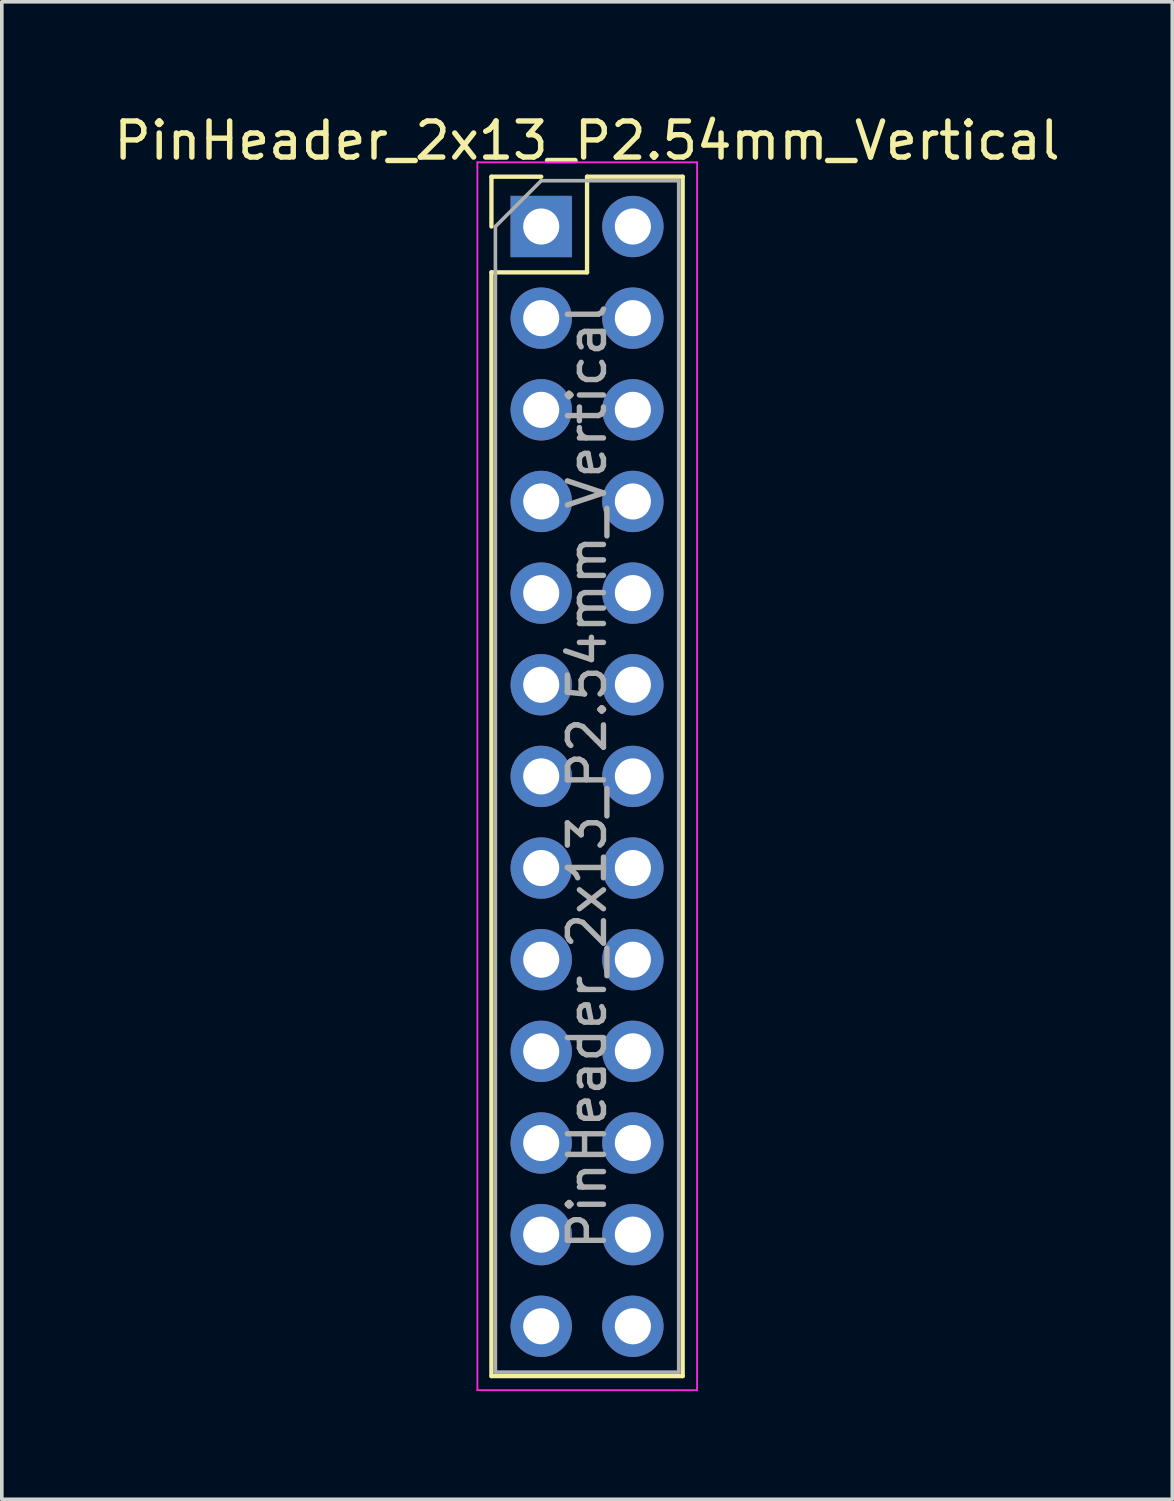
<source format=kicad_pcb>
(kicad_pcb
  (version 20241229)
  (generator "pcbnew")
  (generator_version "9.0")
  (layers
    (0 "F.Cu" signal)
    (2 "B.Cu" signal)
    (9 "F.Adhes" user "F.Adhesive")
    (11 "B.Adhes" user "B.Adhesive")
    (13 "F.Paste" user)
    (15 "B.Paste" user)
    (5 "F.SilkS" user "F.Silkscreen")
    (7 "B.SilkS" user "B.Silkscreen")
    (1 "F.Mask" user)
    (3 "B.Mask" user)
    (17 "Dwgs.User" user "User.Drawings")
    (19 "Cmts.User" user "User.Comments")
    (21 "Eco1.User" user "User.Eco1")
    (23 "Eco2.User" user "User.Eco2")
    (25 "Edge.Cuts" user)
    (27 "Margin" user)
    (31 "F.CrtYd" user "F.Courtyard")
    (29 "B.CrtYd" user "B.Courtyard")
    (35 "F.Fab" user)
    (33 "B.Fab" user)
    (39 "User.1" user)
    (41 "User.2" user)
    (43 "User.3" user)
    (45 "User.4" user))
  (footprint "PinHeader_2x13_P2.54mm_Vertical"
    (layer "F.Cu")
    (at 11.95 3.228)
    (property "Reference" "PinHeader_2x13_P2.54mm_Vertical" (at 1.27 -2.38 0) (layer "F.SilkS") (effects (font (size 1 1) (thickness 0.15))))
    (attr through_hole)
    (fp_line (start -1.38 -1.38) (end 0 -1.38) (stroke (width 0.12) (type solid)) (layer "F.SilkS"))
    (fp_line (start -1.38 0) (end -1.38 -1.38) (stroke (width 0.12) (type solid)) (layer "F.SilkS"))
    (fp_line (start -1.38 1.27) (end -1.38 31.86) (stroke (width 0.12) (type solid)) (layer "F.SilkS"))
    (fp_line (start -1.38 1.27) (end 1.27 1.27) (stroke (width 0.12) (type solid)) (layer "F.SilkS"))
    (fp_line (start -1.38 31.86) (end 3.92 31.86) (stroke (width 0.12) (type solid)) (layer "F.SilkS"))
    (fp_line (start 1.27 -1.38) (end 3.92 -1.38) (stroke (width 0.12) (type solid)) (layer "F.SilkS"))
    (fp_line (start 1.27 1.27) (end 1.27 -1.38) (stroke (width 0.12) (type solid)) (layer "F.SilkS"))
    (fp_line (start 3.92 -1.38) (end 3.92 31.86) (stroke (width 0.12) (type solid)) (layer "F.SilkS"))
    (fp_line (start -1.77 -1.78) (end -1.77 32.25) (stroke (width 0.05) (type solid)) (layer "F.CrtYd"))
    (fp_line (start -1.77 32.25) (end 4.32 32.25) (stroke (width 0.05) (type solid)) (layer "F.CrtYd"))
    (fp_line (start 4.32 -1.78) (end -1.77 -1.78) (stroke (width 0.05) (type solid)) (layer "F.CrtYd"))
    (fp_line (start 4.32 32.25) (end 4.32 -1.78) (stroke (width 0.05) (type solid)) (layer "F.CrtYd"))
    (fp_line (start -1.27 0) (end 0 -1.27) (stroke (width 0.1) (type solid)) (layer "F.Fab"))
    (fp_line (start -1.27 31.75) (end -1.27 0) (stroke (width 0.1) (type solid)) (layer "F.Fab"))
    (fp_line (start 0 -1.27) (end 3.81 -1.27) (stroke (width 0.1) (type solid)) (layer "F.Fab"))
    (fp_line (start 3.81 -1.27) (end 3.81 31.75) (stroke (width 0.1) (type solid)) (layer "F.Fab"))
    (fp_line (start 3.81 31.75) (end -1.27 31.75) (stroke (width 0.1) (type solid)) (layer "F.Fab"))
    (fp_text user "${REFERENCE}" (at 1.27 15.24 90) (layer "F.Fab") (effects (font (size 1 1) (thickness 0.15))))
    (pad "1" thru_hole rect (at 0 0) (size 1.7 1.7) (drill 1) (layers "*.Cu" "*.Mask"))
    (pad "2" thru_hole circle (at 2.54 0) (size 1.7 1.7) (drill 1) (layers "*.Cu" "*.Mask"))
    (pad "3" thru_hole circle (at 0 2.54) (size 1.7 1.7) (drill 1) (layers "*.Cu" "*.Mask"))
    (pad "4" thru_hole circle (at 2.54 2.54) (size 1.7 1.7) (drill 1) (layers "*.Cu" "*.Mask"))
    (pad "5" thru_hole circle (at 0 5.08) (size 1.7 1.7) (drill 1) (layers "*.Cu" "*.Mask"))
    (pad "6" thru_hole circle (at 2.54 5.08) (size 1.7 1.7) (drill 1) (layers "*.Cu" "*.Mask"))
    (pad "7" thru_hole circle (at 0 7.62) (size 1.7 1.7) (drill 1) (layers "*.Cu" "*.Mask"))
    (pad "8" thru_hole circle (at 2.54 7.62) (size 1.7 1.7) (drill 1) (layers "*.Cu" "*.Mask"))
    (pad "9" thru_hole circle (at 0 10.16) (size 1.7 1.7) (drill 1) (layers "*.Cu" "*.Mask"))
    (pad "10" thru_hole circle (at 2.54 10.16) (size 1.7 1.7) (drill 1) (layers "*.Cu" "*.Mask"))
    (pad "11" thru_hole circle (at 0 12.7) (size 1.7 1.7) (drill 1) (layers "*.Cu" "*.Mask"))
    (pad "12" thru_hole circle (at 2.54 12.7) (size 1.7 1.7) (drill 1) (layers "*.Cu" "*.Mask"))
    (pad "13" thru_hole circle (at 0 15.24) (size 1.7 1.7) (drill 1) (layers "*.Cu" "*.Mask"))
    (pad "14" thru_hole circle (at 2.54 15.24) (size 1.7 1.7) (drill 1) (layers "*.Cu" "*.Mask"))
    (pad "15" thru_hole circle (at 0 17.78) (size 1.7 1.7) (drill 1) (layers "*.Cu" "*.Mask"))
    (pad "16" thru_hole circle (at 2.54 17.78) (size 1.7 1.7) (drill 1) (layers "*.Cu" "*.Mask"))
    (pad "17" thru_hole circle (at 0 20.32) (size 1.7 1.7) (drill 1) (layers "*.Cu" "*.Mask"))
    (pad "18" thru_hole circle (at 2.54 20.32) (size 1.7 1.7) (drill 1) (layers "*.Cu" "*.Mask"))
    (pad "19" thru_hole circle (at 0 22.86) (size 1.7 1.7) (drill 1) (layers "*.Cu" "*.Mask"))
    (pad "20" thru_hole circle (at 2.54 22.86) (size 1.7 1.7) (drill 1) (layers "*.Cu" "*.Mask"))
    (pad "21" thru_hole circle (at 0 25.4) (size 1.7 1.7) (drill 1) (layers "*.Cu" "*.Mask"))
    (pad "22" thru_hole circle (at 2.54 25.4) (size 1.7 1.7) (drill 1) (layers "*.Cu" "*.Mask"))
    (pad "23" thru_hole circle (at 0 27.94) (size 1.7 1.7) (drill 1) (layers "*.Cu" "*.Mask"))
    (pad "24" thru_hole circle (at 2.54 27.94) (size 1.7 1.7) (drill 1) (layers "*.Cu" "*.Mask"))
    (pad "25" thru_hole circle (at 0 30.48) (size 1.7 1.7) (drill 1) (layers "*.Cu" "*.Mask"))
    (pad "26" thru_hole circle (at 2.54 30.48) (size 1.7 1.7) (drill 1) (layers "*.Cu" "*.Mask")))
  (gr_rect
    (start -3 -3)
    (end 29.44 38.503)
    (stroke (width 0.1) (type default))
    (fill no)
    (layer "Edge.Cuts")))
</source>
